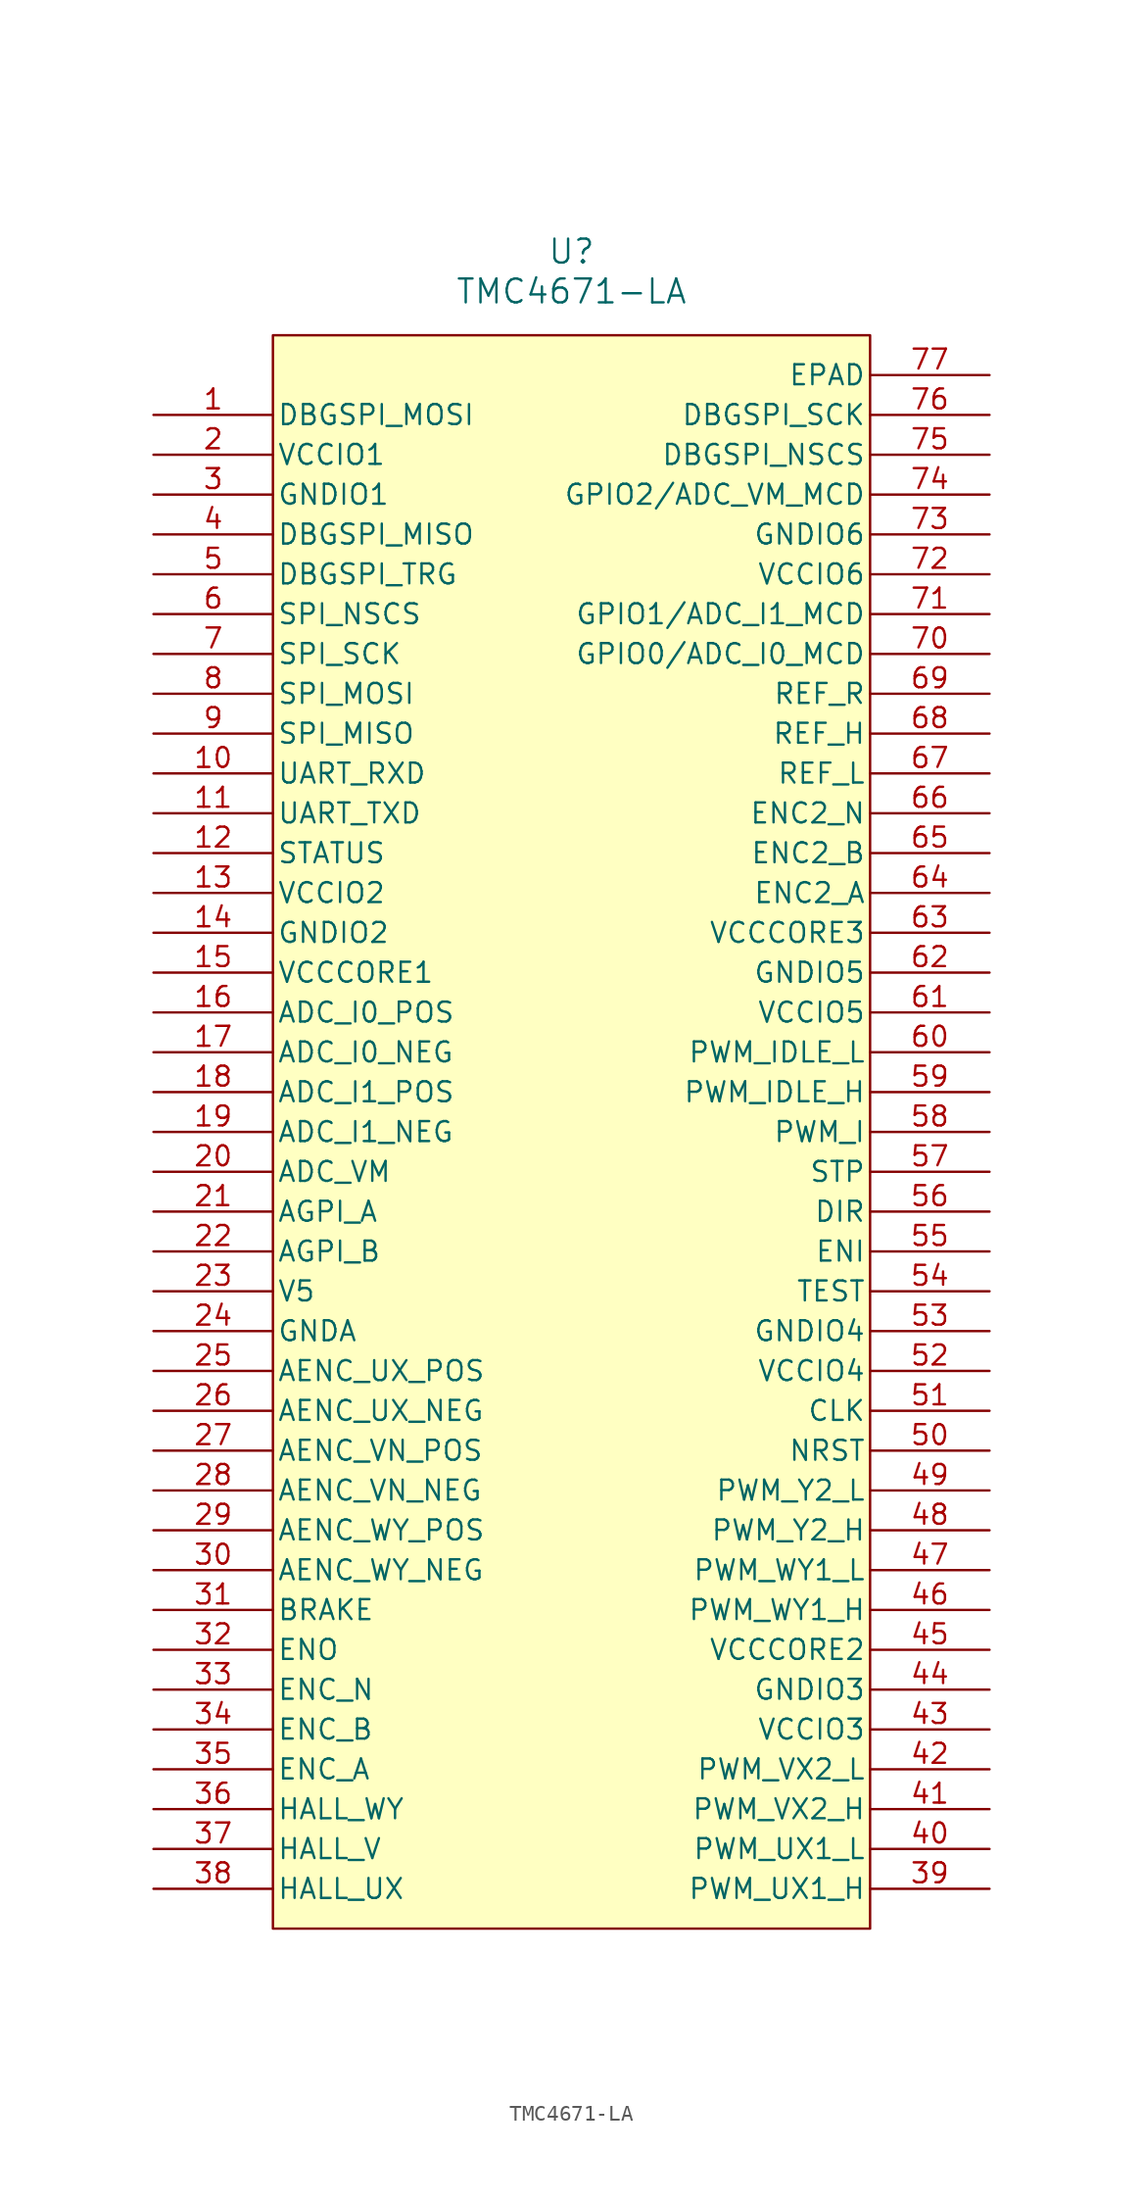
<source format=kicad_sym>
(kicad_symbol_lib
  (version 20231120)
  (generator "kicad_symbol_editor")
  (generator_version "8.0")
  (symbol "TMC4671-LA"
    (pin_names
      (offset 0.254))
    (property "Reference" "U"
      (at 0 56.134 0)
      (effects (font (size 1.524 1.524))))
    (property "Value" "TMC4671-LA"
      (at 0 53.594 0)
      (effects (font (size 1.524 1.524))))
    (symbol "TMC4671-LA_0_1"
      (pin input line (at -26.67 22.86 0) (length 7.62) (name "UART_RXD" (effects (font (size 1.27 1.27)))) (number "10" (effects (font (size 1.27 1.27)))))
      (pin output line (at -26.67 20.32 0) (length 7.62) (name "UART_TXD" (effects (font (size 1.27 1.27)))) (number "11" (effects (font (size 1.27 1.27)))))
      (pin output line (at -26.67 17.78 0) (length 7.62) (name "STATUS" (effects (font (size 1.27 1.27)))) (number "12" (effects (font (size 1.27 1.27)))))
      (pin power_in line (at -26.67 15.24 0) (length 7.62) (name "VCCIO2" (effects (font (size 1.27 1.27)))) (number "13" (effects (font (size 1.27 1.27)))))
      (pin power_in line (at -26.67 12.7 0) (length 7.62) (name "GNDIO2" (effects (font (size 1.27 1.27)))) (number "14" (effects (font (size 1.27 1.27)))))
      (pin power_in line (at -26.67 10.16 0) (length 7.62) (name "VCCCORE1" (effects (font (size 1.27 1.27)))) (number "15" (effects (font (size 1.27 1.27)))))
      (pin input line (at -26.67 7.62 0) (length 7.62) (name "ADC_I0_POS" (effects (font (size 1.27 1.27)))) (number "16" (effects (font (size 1.27 1.27)))))
      (pin input line (at -26.67 5.08 0) (length 7.62) (name "ADC_I0_NEG" (effects (font (size 1.27 1.27)))) (number "17" (effects (font (size 1.27 1.27)))))
      (pin input line (at -26.67 2.54 0) (length 7.62) (name "ADC_I1_POS" (effects (font (size 1.27 1.27)))) (number "18" (effects (font (size 1.27 1.27)))))
      (pin input line (at -26.67 0 0) (length 7.62) (name "ADC_I1_NEG" (effects (font (size 1.27 1.27)))) (number "19" (effects (font (size 1.27 1.27)))))
      (pin power_in line (at -26.67 43.18 0) (length 7.62) (name "VCCIO1" (effects (font (size 1.27 1.27)))) (number "2" (effects (font (size 1.27 1.27)))))
      (pin input line (at -26.67 -2.54 0) (length 7.62) (name "ADC_VM" (effects (font (size 1.27 1.27)))) (number "20" (effects (font (size 1.27 1.27)))))
      (pin input line (at -26.67 -5.08 0) (length 7.62) (name "AGPI_A" (effects (font (size 1.27 1.27)))) (number "21" (effects (font (size 1.27 1.27)))))
      (pin input line (at -26.67 -7.62 0) (length 7.62) (name "AGPI_B" (effects (font (size 1.27 1.27)))) (number "22" (effects (font (size 1.27 1.27)))))
      (pin power_in line (at -26.67 -10.16 0) (length 7.62) (name "V5" (effects (font (size 1.27 1.27)))) (number "23" (effects (font (size 1.27 1.27)))))
      (pin power_in line (at -26.67 -12.7 0) (length 7.62) (name "GNDA" (effects (font (size 1.27 1.27)))) (number "24" (effects (font (size 1.27 1.27)))))
      (pin input line (at -26.67 -15.24 0) (length 7.62) (name "AENC_UX_POS" (effects (font (size 1.27 1.27)))) (number "25" (effects (font (size 1.27 1.27)))))
      (pin input line (at -26.67 -17.78 0) (length 7.62) (name "AENC_UX_NEG" (effects (font (size 1.27 1.27)))) (number "26" (effects (font (size 1.27 1.27)))))
      (pin input line (at -26.67 -20.32 0) (length 7.62) (name "AENC_VN_POS" (effects (font (size 1.27 1.27)))) (number "27" (effects (font (size 1.27 1.27)))))
      (pin input line (at -26.67 -22.86 0) (length 7.62) (name "AENC_VN_NEG" (effects (font (size 1.27 1.27)))) (number "28" (effects (font (size 1.27 1.27)))))
      (pin input line (at -26.67 -25.4 0) (length 7.62) (name "AENC_WY_POS" (effects (font (size 1.27 1.27)))) (number "29" (effects (font (size 1.27 1.27)))))
      (pin power_in line (at -26.67 40.64 0) (length 7.62) (name "GNDIO1" (effects (font (size 1.27 1.27)))) (number "3" (effects (font (size 1.27 1.27)))))
      (pin input line (at -26.67 -27.94 0) (length 7.62) (name "AENC_WY_NEG" (effects (font (size 1.27 1.27)))) (number "30" (effects (font (size 1.27 1.27)))))
      (pin output line (at -26.67 -30.48 0) (length 7.62) (name "BRAKE" (effects (font (size 1.27 1.27)))) (number "31" (effects (font (size 1.27 1.27)))))
      (pin output line (at -26.67 -33.02 0) (length 7.62) (name "ENO" (effects (font (size 1.27 1.27)))) (number "32" (effects (font (size 1.27 1.27)))))
      (pin input line (at -26.67 -35.56 0) (length 7.62) (name "ENC_N" (effects (font (size 1.27 1.27)))) (number "33" (effects (font (size 1.27 1.27)))))
      (pin input line (at -26.67 -38.1 0) (length 7.62) (name "ENC_B" (effects (font (size 1.27 1.27)))) (number "34" (effects (font (size 1.27 1.27)))))
      (pin input line (at -26.67 -40.64 0) (length 7.62) (name "ENC_A" (effects (font (size 1.27 1.27)))) (number "35" (effects (font (size 1.27 1.27)))))
      (pin input line (at -26.67 -43.18 0) (length 7.62) (name "HALL_WY" (effects (font (size 1.27 1.27)))) (number "36" (effects (font (size 1.27 1.27)))))
      (pin input line (at -26.67 -48.26 0) (length 7.62) (name "HALL_UX" (effects (font (size 1.27 1.27)))) (number "38" (effects (font (size 1.27 1.27)))))
      (pin output line (at 26.67 -48.26 180) (length 7.62) (name "PWM_UX1_H" (effects (font (size 1.27 1.27)))) (number "39" (effects (font (size 1.27 1.27)))))
      (pin output line (at 26.67 -45.72 180) (length 7.62) (name "PWM_UX1_L" (effects (font (size 1.27 1.27)))) (number "40" (effects (font (size 1.27 1.27)))))
      (pin output line (at 26.67 -43.18 180) (length 7.62) (name "PWM_VX2_H" (effects (font (size 1.27 1.27)))) (number "41" (effects (font (size 1.27 1.27)))))
      (pin output line (at 26.67 -40.64 180) (length 7.62) (name "PWM_VX2_L" (effects (font (size 1.27 1.27)))) (number "42" (effects (font (size 1.27 1.27)))))
      (pin power_in line (at 26.67 -38.1 180) (length 7.62) (name "VCCIO3" (effects (font (size 1.27 1.27)))) (number "43" (effects (font (size 1.27 1.27)))))
      (pin power_in line (at 26.67 -35.56 180) (length 7.62) (name "GNDIO3" (effects (font (size 1.27 1.27)))) (number "44" (effects (font (size 1.27 1.27)))))
      (pin power_in line (at 26.67 -33.02 180) (length 7.62) (name "VCCCORE2" (effects (font (size 1.27 1.27)))) (number "45" (effects (font (size 1.27 1.27)))))
      (pin output line (at 26.67 -30.48 180) (length 7.62) (name "PWM_WY1_H" (effects (font (size 1.27 1.27)))) (number "46" (effects (font (size 1.27 1.27)))))
      (pin output line (at 26.67 -27.94 180) (length 7.62) (name "PWM_WY1_L" (effects (font (size 1.27 1.27)))) (number "47" (effects (font (size 1.27 1.27)))))
      (pin output line (at 26.67 -25.4 180) (length 7.62) (name "PWM_Y2_H" (effects (font (size 1.27 1.27)))) (number "48" (effects (font (size 1.27 1.27)))))
      (pin output line (at 26.67 -22.86 180) (length 7.62) (name "PWM_Y2_L" (effects (font (size 1.27 1.27)))) (number "49" (effects (font (size 1.27 1.27)))))
      (pin input line (at 26.67 -20.32 180) (length 7.62) (name "NRST" (effects (font (size 1.27 1.27)))) (number "50" (effects (font (size 1.27 1.27)))))
      (pin input line (at 26.67 -17.78 180) (length 7.62) (name "CLK" (effects (font (size 1.27 1.27)))) (number "51" (effects (font (size 1.27 1.27)))))
      (pin power_in line (at 26.67 -15.24 180) (length 7.62) (name "VCCIO4" (effects (font (size 1.27 1.27)))) (number "52" (effects (font (size 1.27 1.27)))))
      (pin power_in line (at 26.67 -12.7 180) (length 7.62) (name "GNDIO4" (effects (font (size 1.27 1.27)))) (number "53" (effects (font (size 1.27 1.27)))))
      (pin input line (at 26.67 -10.16 180) (length 7.62) (name "TEST" (effects (font (size 1.27 1.27)))) (number "54" (effects (font (size 1.27 1.27)))))
      (pin input line (at 26.67 -7.62 180) (length 7.62) (name "ENI" (effects (font (size 1.27 1.27)))) (number "55" (effects (font (size 1.27 1.27)))))
      (pin input line (at 26.67 -5.08 180) (length 7.62) (name "DIR" (effects (font (size 1.27 1.27)))) (number "56" (effects (font (size 1.27 1.27)))))
      (pin input line (at 26.67 -2.54 180) (length 7.62) (name "STP" (effects (font (size 1.27 1.27)))) (number "57" (effects (font (size 1.27 1.27)))))
      (pin input line (at 26.67 0 180) (length 7.62) (name "PWM_I" (effects (font (size 1.27 1.27)))) (number "58" (effects (font (size 1.27 1.27)))))
      (pin input line (at 26.67 2.54 180) (length 7.62) (name "PWM_IDLE_H" (effects (font (size 1.27 1.27)))) (number "59" (effects (font (size 1.27 1.27)))))
      (pin input line (at -26.67 33.02 0) (length 7.62) (name "SPI_NSCS" (effects (font (size 1.27 1.27)))) (number "6" (effects (font (size 1.27 1.27)))))
      (pin input line (at 26.67 5.08 180) (length 7.62) (name "PWM_IDLE_L" (effects (font (size 1.27 1.27)))) (number "60" (effects (font (size 1.27 1.27)))))
      (pin power_in line (at 26.67 7.62 180) (length 7.62) (name "VCCIO5" (effects (font (size 1.27 1.27)))) (number "61" (effects (font (size 1.27 1.27)))))
      (pin power_in line (at 26.67 10.16 180) (length 7.62) (name "GNDIO5" (effects (font (size 1.27 1.27)))) (number "62" (effects (font (size 1.27 1.27)))))
      (pin power_in line (at 26.67 12.7 180) (length 7.62) (name "VCCCORE3" (effects (font (size 1.27 1.27)))) (number "63" (effects (font (size 1.27 1.27)))))
      (pin input line (at 26.67 15.24 180) (length 7.62) (name "ENC2_A" (effects (font (size 1.27 1.27)))) (number "64" (effects (font (size 1.27 1.27)))))
      (pin input line (at 26.67 17.78 180) (length 7.62) (name "ENC2_B" (effects (font (size 1.27 1.27)))) (number "65" (effects (font (size 1.27 1.27)))))
      (pin input line (at 26.67 20.32 180) (length 7.62) (name "ENC2_N" (effects (font (size 1.27 1.27)))) (number "66" (effects (font (size 1.27 1.27)))))
      (pin input line (at 26.67 22.86 180) (length 7.62) (name "REF_L" (effects (font (size 1.27 1.27)))) (number "67" (effects (font (size 1.27 1.27)))))
      (pin input line (at 26.67 25.4 180) (length 7.62) (name "REF_H" (effects (font (size 1.27 1.27)))) (number "68" (effects (font (size 1.27 1.27)))))
      (pin input line (at 26.67 27.94 180) (length 7.62) (name "REF_R" (effects (font (size 1.27 1.27)))) (number "69" (effects (font (size 1.27 1.27)))))
      (pin input line (at -26.67 30.48 0) (length 7.62) (name "SPI_SCK" (effects (font (size 1.27 1.27)))) (number "7" (effects (font (size 1.27 1.27)))))
      (pin bidirectional line (at 26.67 30.48 180) (length 7.62) (name "GPIO0/ADC_I0_MCD" (effects (font (size 1.27 1.27)))) (number "70" (effects (font (size 1.27 1.27)))))
      (pin bidirectional line (at 26.67 33.02 180) (length 7.62) (name "GPIO1/ADC_I1_MCD" (effects (font (size 1.27 1.27)))) (number "71" (effects (font (size 1.27 1.27)))))
      (pin power_in line (at 26.67 35.56 180) (length 7.62) (name "VCCIO6" (effects (font (size 1.27 1.27)))) (number "72" (effects (font (size 1.27 1.27)))))
      (pin power_in line (at 26.67 38.1 180) (length 7.62) (name "GNDIO6" (effects (font (size 1.27 1.27)))) (number "73" (effects (font (size 1.27 1.27)))))
      (pin bidirectional line (at 26.67 40.64 180) (length 7.62) (name "GPIO2/ADC_VM_MCD" (effects (font (size 1.27 1.27)))) (number "74" (effects (font (size 1.27 1.27)))))
      (pin unspecified line (at 26.67 48.26 180) (length 7.62) (name "EPAD" (effects (font (size 1.27 1.27)))) (number "77" (effects (font (size 1.27 1.27)))))
      (pin input line (at -26.67 27.94 0) (length 7.62) (name "SPI_MOSI" (effects (font (size 1.27 1.27)))) (number "8" (effects (font (size 1.27 1.27)))))
      (pin output line (at -26.67 25.4 0) (length 7.62) (name "SPI_MISO" (effects (font (size 1.27 1.27)))) (number "9" (effects (font (size 1.27 1.27))))))
    (symbol "TMC4671-LA_1_1"
      (rectangle (start -19.05 50.8) (end 19.05 -50.8) (stroke (width 0) (type default)) (fill (type background)))
      (pin bidirectional line (at -26.67 45.72 0) (length 7.62) (name "DBGSPI_MOSI" (effects (font (size 1.27 1.27)))) (number "1" (effects (font (size 1.27 1.27)))))
      (pin input line (at -26.67 -45.72 0) (length 7.62) (name "HALL_V" (effects (font (size 1.27 1.27)))) (number "37" (effects (font (size 1.27 1.27)))))
      (pin bidirectional line (at -26.67 38.1 0) (length 7.62) (name "DBGSPI_MISO" (effects (font (size 1.27 1.27)))) (number "4" (effects (font (size 1.27 1.27)))))
      (pin bidirectional line (at -26.67 35.56 0) (length 7.62) (name "DBGSPI_TRG" (effects (font (size 1.27 1.27)))) (number "5" (effects (font (size 1.27 1.27)))))
      (pin bidirectional line (at 26.67 43.18 180) (length 7.62) (name "DBGSPI_NSCS" (effects (font (size 1.27 1.27)))) (number "75" (effects (font (size 1.27 1.27)))))
      (pin bidirectional line (at 26.67 45.72 180) (length 7.62) (name "DBGSPI_SCK" (effects (font (size 1.27 1.27)))) (number "76" (effects (font (size 1.27 1.27))))))))
</source>
